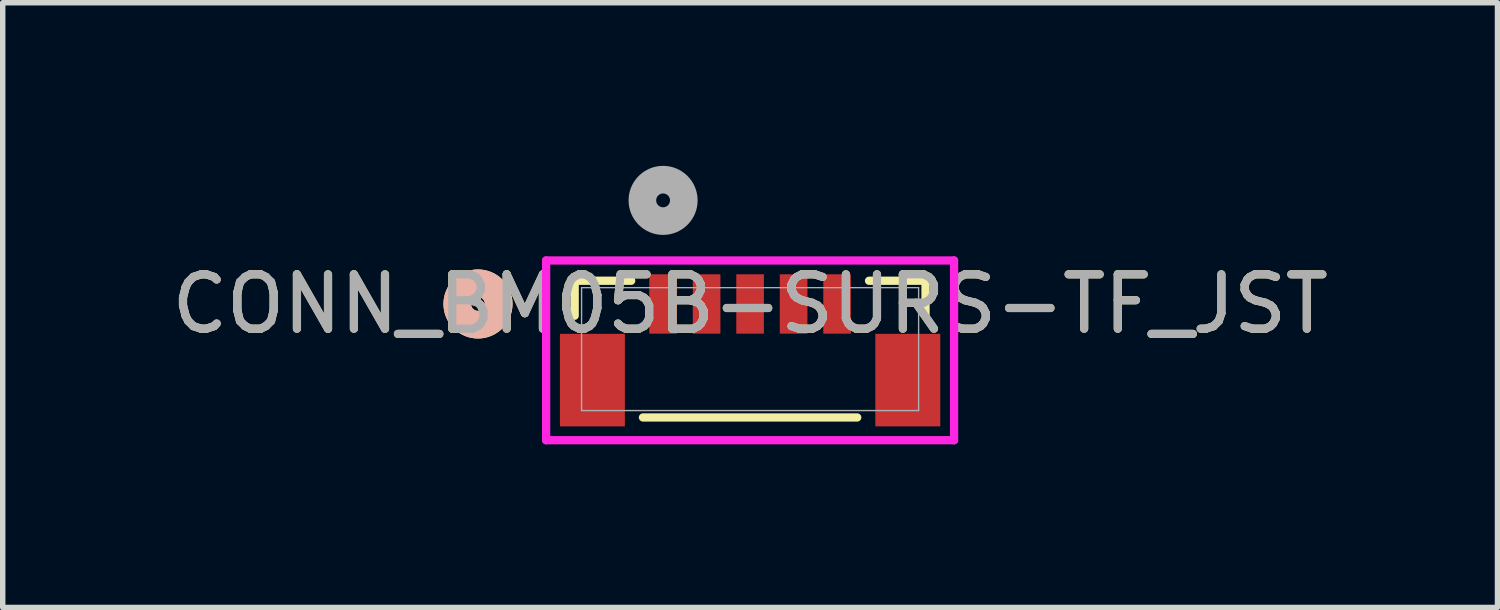
<source format=kicad_pcb>
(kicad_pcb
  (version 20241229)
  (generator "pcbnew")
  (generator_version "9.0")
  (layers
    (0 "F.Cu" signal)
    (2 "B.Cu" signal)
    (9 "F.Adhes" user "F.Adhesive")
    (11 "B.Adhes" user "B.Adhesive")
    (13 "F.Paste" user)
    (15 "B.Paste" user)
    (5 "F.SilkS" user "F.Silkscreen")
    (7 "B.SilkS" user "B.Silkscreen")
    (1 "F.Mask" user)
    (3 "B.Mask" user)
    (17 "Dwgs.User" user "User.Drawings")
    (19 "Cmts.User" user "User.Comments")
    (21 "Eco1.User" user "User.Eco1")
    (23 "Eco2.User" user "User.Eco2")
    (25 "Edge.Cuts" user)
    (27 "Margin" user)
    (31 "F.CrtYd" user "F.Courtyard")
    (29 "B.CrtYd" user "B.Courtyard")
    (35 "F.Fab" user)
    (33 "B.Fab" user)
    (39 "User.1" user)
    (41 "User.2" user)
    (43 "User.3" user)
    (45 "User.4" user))
  (footprint "CONN_BM05B-SURS-TF_JST"
    (layer "F.Cu")
    (at 10.744 3.37)
    (property "Reference" "CONN_BM05B-SURS-TF_JST" (at 0 -0.83 0) (unlocked yes) (layer "F.SilkS") (effects (font (size 1 1) (thickness 0.15))))
    (attr smd)
    (fp_line (start -3.226 -1.257) (end -3.226 -0.614) (stroke (width 0.152) (type solid)) (layer "F.SilkS"))
    (fp_line (start -2.187 -1.257) (end -3.226 -1.257) (stroke (width 0.152) (type solid)) (layer "F.SilkS"))
    (fp_line (start -1.97 1.257) (end 1.97 1.257) (stroke (width 0.152) (type solid)) (layer "F.SilkS"))
    (fp_line (start 3.226 -1.257) (end 2.187 -1.257) (stroke (width 0.152) (type solid)) (layer "F.SilkS"))
    (fp_line (start 3.226 -0.614) (end 3.226 -1.257) (stroke (width 0.152) (type solid)) (layer "F.SilkS"))
    (fp_circle (center -5.004 -0.83) (end -4.623 -0.83) (stroke (width 0.508) (type solid)) (fill no) (layer "F.SilkS"))
    (fp_circle (center -5.004 -0.83) (end -4.623 -0.83) (stroke (width 0.508) (type solid)) (fill no) (layer "B.SilkS"))
    (fp_line (start -3.751 -1.63) (end -3.751 1.675) (stroke (width 0.152) (type solid)) (layer "F.CrtYd"))
    (fp_line (start -3.751 1.675) (end 3.751 1.675) (stroke (width 0.152) (type solid)) (layer "F.CrtYd"))
    (fp_line (start 3.751 -1.63) (end -3.751 -1.63) (stroke (width 0.152) (type solid)) (layer "F.CrtYd"))
    (fp_line (start 3.751 1.675) (end 3.751 -1.63) (stroke (width 0.152) (type solid)) (layer "F.CrtYd"))
    (fp_line (start -3.099 -1.13) (end -3.099 1.13) (stroke (width 0.025) (type solid)) (layer "F.Fab"))
    (fp_line (start -3.099 1.13) (end 3.099 1.13) (stroke (width 0.025) (type solid)) (layer "F.Fab"))
    (fp_line (start 3.099 -1.13) (end -3.099 -1.13) (stroke (width 0.025) (type solid)) (layer "F.Fab"))
    (fp_line (start 3.099 1.13) (end 3.099 -1.13) (stroke (width 0.025) (type solid)) (layer "F.Fab"))
    (fp_circle (center -1.6 -2.735) (end -1.219 -2.735) (stroke (width 0.508) (type solid)) (fill no) (layer "F.Fab"))
    (fp_text user "${REFERENCE}" (at 0 -0.83 0) (unlocked yes) (layer "F.Fab") (effects (font (size 1 1) (thickness 0.15))))
    (pad "1" smd rect (at -1.6 -0.83) (size 0.508 1.092) (layers "F.Cu" "F.Mask" "F.Paste"))
    (pad "2" smd rect (at -0.8 -0.83) (size 0.508 1.092) (layers "F.Cu" "F.Mask" "F.Paste"))
    (pad "3" smd rect (at 0 -0.83) (size 0.508 1.092) (layers "F.Cu" "F.Mask" "F.Paste"))
    (pad "4" smd rect (at 0.8 -0.83) (size 0.508 1.092) (layers "F.Cu" "F.Mask" "F.Paste"))
    (pad "5" smd rect (at 1.6 -0.83) (size 0.508 1.092) (layers "F.Cu" "F.Mask" "F.Paste"))
    (pad "6" smd rect (at -2.9 0.57) (size 1.194 1.702) (layers "F.Cu" "F.Mask" "F.Paste"))
    (pad "7" smd rect (at 2.9 0.57) (size 1.194 1.702) (layers "F.Cu" "F.Mask" "F.Paste")))
  (gr_rect
    (start -3 -3)
    (end 24.488 8.121)
    (stroke (width 0.1) (type default))
    (fill no)
    (layer "Edge.Cuts")))
</source>
